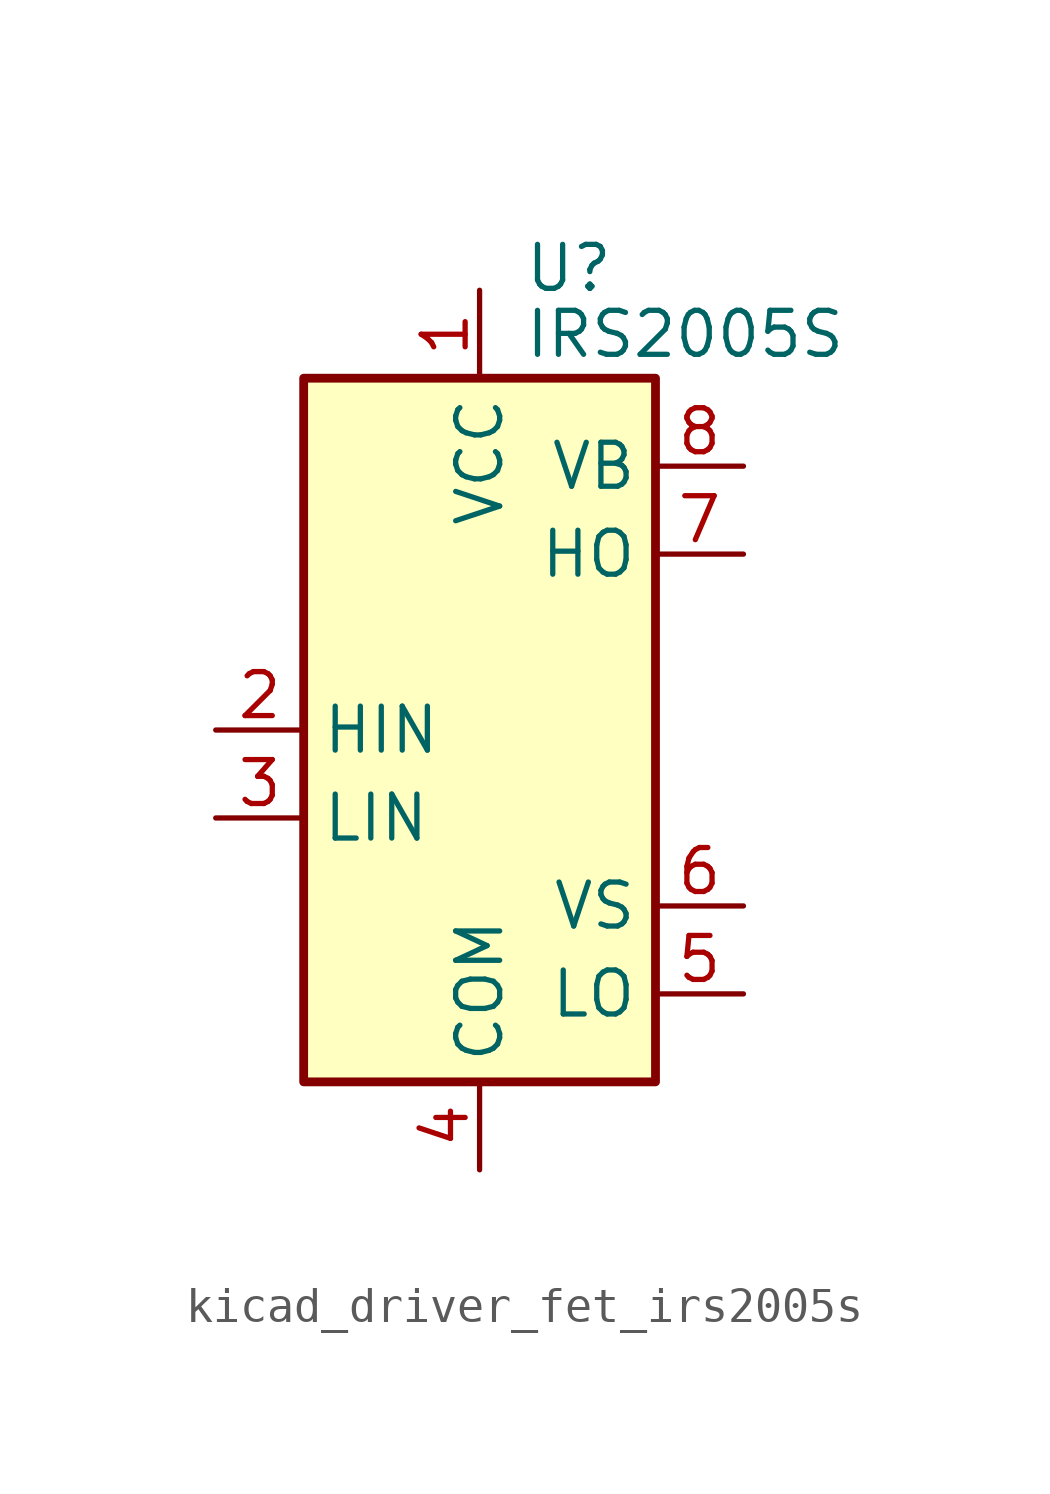
<source format=kicad_sym>
(kicad_symbol_lib
  (version 20220914)
  (generator kicad_symbol_editor)
  (symbol "kicad_driver_fet_irs2005s"
    (property "Reference" "U"
      (at 1.27 13.335 0)
      (effects (font (size 1.27 1.27)) (justify left)))
    (property "Value" "IRS2005S"
      (at 1.27 11.43 0)
      (effects (font (size 1.27 1.27)) (justify left)))
    (symbol "kicad_driver_fet_irs2005s_0_1"
      (rectangle (start -5.08 -10.16) (end 5.08 10.16) (stroke (width 0.254) (type default)) (fill (type background))))
    (symbol "kicad_driver_fet_irs2005s_1_1"
      (pin power_in line (at 0 12.7 270) (length 2.54) (name "VCC" (effects (font (size 1.27 1.27)))) (number "1" (effects (font (size 1.27 1.27)))))
      (pin input line (at -7.62 0 0) (length 2.54) (name "HIN" (effects (font (size 1.27 1.27)))) (number "2" (effects (font (size 1.27 1.27)))))
      (pin input line (at -7.62 -2.54 0) (length 2.54) (name "LIN" (effects (font (size 1.27 1.27)))) (number "3" (effects (font (size 1.27 1.27)))))
      (pin power_in line (at 0 -12.7 90) (length 2.54) (name "COM" (effects (font (size 1.27 1.27)))) (number "4" (effects (font (size 1.27 1.27)))))
      (pin output line (at 7.62 -7.62 180) (length 2.54) (name "LO" (effects (font (size 1.27 1.27)))) (number "5" (effects (font (size 1.27 1.27)))))
      (pin passive line (at 7.62 -5.08 180) (length 2.54) (name "VS" (effects (font (size 1.27 1.27)))) (number "6" (effects (font (size 1.27 1.27)))))
      (pin output line (at 7.62 5.08 180) (length 2.54) (name "HO" (effects (font (size 1.27 1.27)))) (number "7" (effects (font (size 1.27 1.27)))))
      (pin passive line (at 7.62 7.62 180) (length 2.54) (name "VB" (effects (font (size 1.27 1.27)))) (number "8" (effects (font (size 1.27 1.27))))))))
</source>
